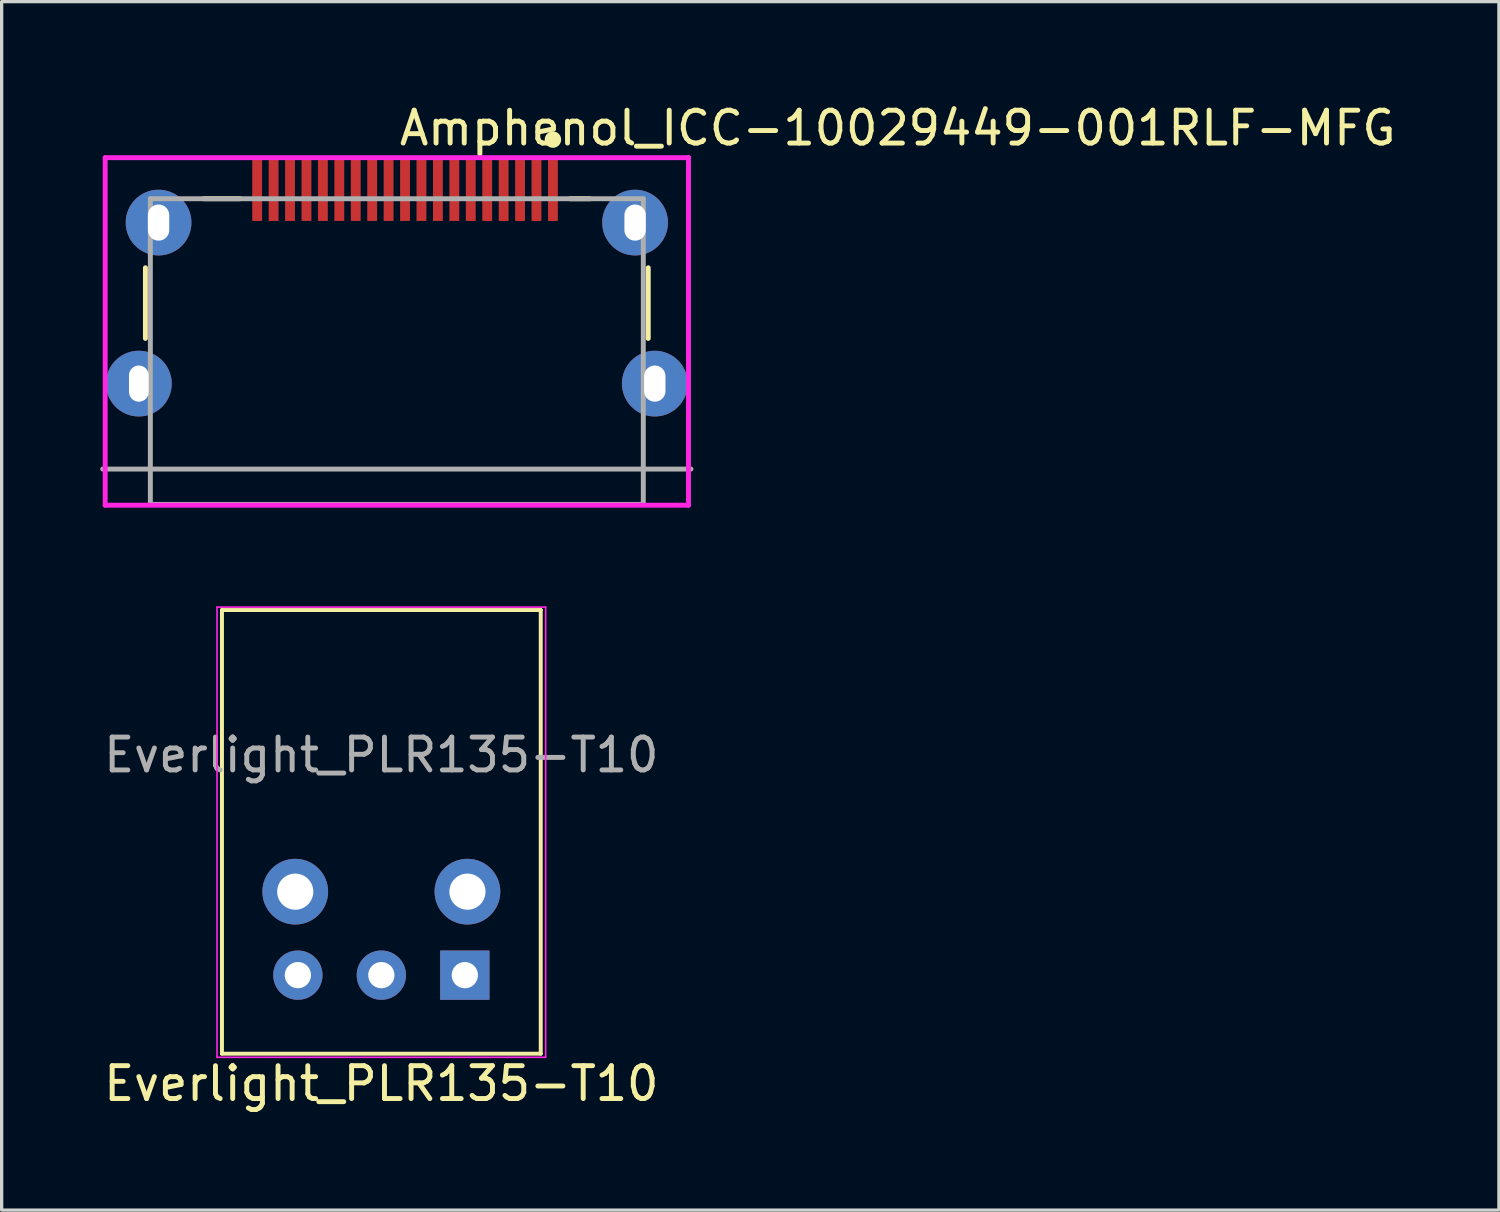
<source format=kicad_pcb>
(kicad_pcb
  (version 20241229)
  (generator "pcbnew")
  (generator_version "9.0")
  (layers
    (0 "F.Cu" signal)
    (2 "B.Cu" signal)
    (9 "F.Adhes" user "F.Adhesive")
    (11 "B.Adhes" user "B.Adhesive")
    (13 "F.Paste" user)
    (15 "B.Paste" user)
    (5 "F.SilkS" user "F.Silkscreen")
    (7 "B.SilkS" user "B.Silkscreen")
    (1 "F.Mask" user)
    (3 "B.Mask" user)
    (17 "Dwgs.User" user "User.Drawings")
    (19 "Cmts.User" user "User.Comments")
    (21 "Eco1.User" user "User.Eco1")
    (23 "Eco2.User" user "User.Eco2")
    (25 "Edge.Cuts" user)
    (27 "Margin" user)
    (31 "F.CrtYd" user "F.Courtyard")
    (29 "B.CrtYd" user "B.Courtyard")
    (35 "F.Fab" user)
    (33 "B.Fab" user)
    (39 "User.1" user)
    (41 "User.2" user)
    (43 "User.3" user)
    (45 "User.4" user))
  (footprint "Amphenol_ICC-10029449-001RLF-MFG"
    (layer "F.Cu")
    (at 9.025 7.648)
    (property "Reference" "Amphenol_ICC-10029449-001RLF-MFG" (at 0 -6.8 0) (layer "F.SilkS") (effects (font (size 1 1) (thickness 0.15)) (justify left)))
    (attr through_hole)
    (fp_line (start -7.65 -0.4) (end -7.65 -2.55) (stroke (width 0.15) (type solid)) (layer "F.SilkS"))
    (fp_line (start -5.875 -4.65) (end -4.775 -4.65) (stroke (width 0.15) (type solid)) (layer "F.SilkS"))
    (fp_line (start 5.275 -4.65) (end 5.875 -4.65) (stroke (width 0.15) (type solid)) (layer "F.SilkS"))
    (fp_line (start 7.65 -0.4) (end 7.65 -2.55) (stroke (width 0.15) (type solid)) (layer "F.SilkS"))
    (fp_circle (center 4.75 -6.45) (end 4.875 -6.45) (stroke (width 0.25) (type solid)) (fill no) (layer "F.SilkS"))
    (fp_line (start -8.875 -5.9) (end -8.875 4.675) (stroke (width 0.15) (type solid)) (layer "F.CrtYd"))
    (fp_line (start -8.875 4.675) (end 8.875 4.675) (stroke (width 0.15) (type solid)) (layer "F.CrtYd"))
    (fp_line (start 8.875 -5.9) (end -8.875 -5.9) (stroke (width 0.15) (type solid)) (layer "F.CrtYd"))
    (fp_line (start 8.875 -5.9) (end 8.875 -5.9) (stroke (width 0.15) (type solid)) (layer "F.CrtYd"))
    (fp_line (start 8.875 4.675) (end 8.875 -5.9) (stroke (width 0.15) (type solid)) (layer "F.CrtYd"))
    (fp_line (start -8.95 3.575) (end 8.95 3.575) (stroke (width 0.15) (type solid)) (layer "F.Fab"))
    (fp_line (start -7.5 -4.65) (end 7.5 -4.65) (stroke (width 0.15) (type solid)) (layer "F.Fab"))
    (fp_line (start -7.5 4.65) (end -7.5 -4.65) (stroke (width 0.15) (type solid)) (layer "F.Fab"))
    (fp_line (start 7.5 -4.65) (end 7.5 4.65) (stroke (width 0.15) (type solid)) (layer "F.Fab"))
    (fp_line (start 7.5 4.65) (end -7.5 4.65) (stroke (width 0.15) (type solid)) (layer "F.Fab"))
    (pad "1" smd rect (at 4.75 -4.925) (size 0.3 1.9) (layers "F.Cu" "F.Mask" "F.Paste"))
    (pad "2" smd rect (at 4.25 -4.925) (size 0.3 1.9) (layers "F.Cu" "F.Mask" "F.Paste"))
    (pad "3" smd rect (at 3.75 -4.925) (size 0.3 1.9) (layers "F.Cu" "F.Mask" "F.Paste"))
    (pad "4" smd rect (at 3.25 -4.925) (size 0.3 1.9) (layers "F.Cu" "F.Mask" "F.Paste"))
    (pad "5" smd rect (at 2.75 -4.925) (size 0.3 1.9) (layers "F.Cu" "F.Mask" "F.Paste"))
    (pad "6" smd rect (at 2.25 -4.925) (size 0.3 1.9) (layers "F.Cu" "F.Mask" "F.Paste"))
    (pad "7" smd rect (at 1.75 -4.925) (size 0.3 1.9) (layers "F.Cu" "F.Mask" "F.Paste"))
    (pad "8" smd rect (at 1.25 -4.925) (size 0.3 1.9) (layers "F.Cu" "F.Mask" "F.Paste"))
    (pad "9" smd rect (at 0.75 -4.925) (size 0.3 1.9) (layers "F.Cu" "F.Mask" "F.Paste"))
    (pad "10" smd rect (at 0.25 -4.925) (size 0.3 1.9) (layers "F.Cu" "F.Mask" "F.Paste"))
    (pad "11" smd rect (at -0.25 -4.925) (size 0.3 1.9) (layers "F.Cu" "F.Mask" "F.Paste"))
    (pad "12" smd rect (at -0.75 -4.925) (size 0.3 1.9) (layers "F.Cu" "F.Mask" "F.Paste"))
    (pad "13" smd rect (at -1.25 -4.925) (size 0.3 1.9) (layers "F.Cu" "F.Mask" "F.Paste"))
    (pad "14" smd rect (at -1.75 -4.925) (size 0.3 1.9) (layers "F.Cu" "F.Mask" "F.Paste"))
    (pad "15" smd rect (at -2.25 -4.925) (size 0.3 1.9) (layers "F.Cu" "F.Mask" "F.Paste"))
    (pad "16" smd rect (at -2.75 -4.925) (size 0.3 1.9) (layers "F.Cu" "F.Mask" "F.Paste"))
    (pad "17" smd rect (at -3.25 -4.925) (size 0.3 1.9) (layers "F.Cu" "F.Mask" "F.Paste"))
    (pad "18" smd rect (at -3.75 -4.925) (size 0.3 1.9) (layers "F.Cu" "F.Mask" "F.Paste"))
    (pad "19" smd rect (at -4.25 -4.925) (size 0.3 1.9) (layers "F.Cu" "F.Mask" "F.Paste"))
    (pad "M1" thru_hole circle (at -7.25 -3.925) (size 2 2) (drill oval 0.65 1.1) (layers "*.Cu" "*.Mask"))
    (pad "M2" thru_hole circle (at 7.25 -3.925) (size 2 2) (drill oval 0.65 1.1) (layers "*.Cu" "*.Mask"))
    (pad "M3" thru_hole circle (at -7.85 0.975) (size 2 2) (drill oval 0.6 1.1) (layers "*.Cu" "*.Mask"))
    (pad "M4" thru_hole circle (at 7.85 0.975) (size 2 2) (drill oval 0.65 1.1) (layers "*.Cu" "*.Mask")))
  (footprint "Everlight_PLR135-T10"
    (layer "F.Cu")
    (at 8.554 26.623)
    (property "Reference" "Everlight_PLR135-T10" (at 0 3.3 0) (layer "F.SilkS") (effects (font (size 1 1) (thickness 0.15))))
    (attr through_hole)
    (fp_line (start -4.85 2.39) (end -4.85 -11.11) (stroke (width 0.12) (type solid)) (layer "F.SilkS"))
    (fp_line (start -4.85 2.39) (end 4.85 2.39) (stroke (width 0.12) (type solid)) (layer "F.SilkS"))
    (fp_line (start 4.85 -11.11) (end -4.85 -11.11) (stroke (width 0.12) (type solid)) (layer "F.SilkS"))
    (fp_line (start 4.85 2.39) (end 4.85 -11.11) (stroke (width 0.12) (type solid)) (layer "F.SilkS"))
    (fp_line (start -5 -11.2) (end -5 2.5) (stroke (width 0.05) (type solid)) (layer "F.CrtYd"))
    (fp_line (start -5 -11.2) (end 5 -11.2) (stroke (width 0.05) (type solid)) (layer "F.CrtYd"))
    (fp_line (start 5 2.5) (end -5 2.5) (stroke (width 0.05) (type solid)) (layer "F.CrtYd"))
    (fp_line (start 5 2.5) (end 5 -11.2) (stroke (width 0.05) (type solid)) (layer "F.CrtYd"))
    (fp_text user "${REFERENCE}" (at 0 -6.7 0) (layer "F.Fab") (effects (font (size 1 1) (thickness 0.15))))
    (pad "1" thru_hole rect (at 2.54 0) (size 1.5 1.5) (drill 0.8) (layers "*.Cu" "*.Mask"))
    (pad "2" thru_hole oval (at 0 0) (size 1.5 1.5) (drill 0.8) (layers "*.Cu" "*.Mask"))
    (pad "3" thru_hole oval (at -2.54 0) (size 1.5 1.5) (drill 0.8) (layers "*.Cu" "*.Mask"))
    (pad "4" thru_hole circle (at 2.62 -2.54) (size 2 2) (drill 1.1) (layers "*.Cu" "*.Mask"))
    (pad "5" thru_hole circle (at -2.62 -2.54) (size 2 2) (drill 1.1) (layers "*.Cu" "*.Mask")))
  (gr_rect
    (start -3 -3)
    (end 42.561 33.772)
    (stroke (width 0.1) (type default))
    (fill no)
    (layer "Edge.Cuts")))
</source>
